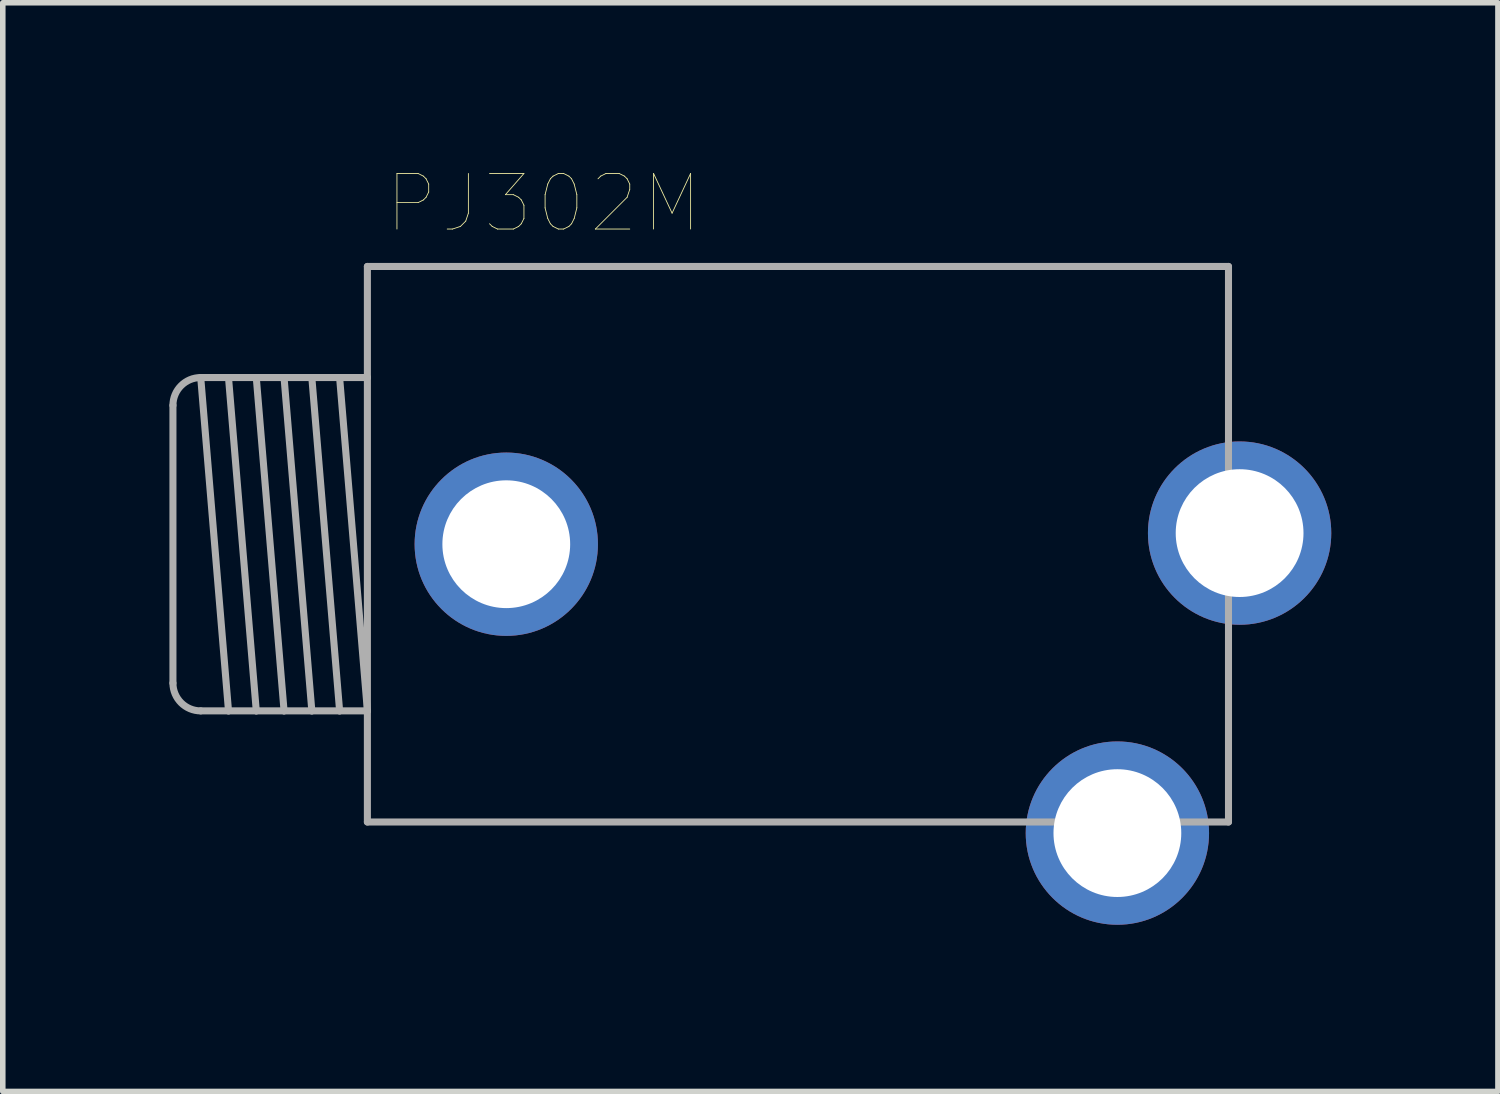
<source format=kicad_pcb>
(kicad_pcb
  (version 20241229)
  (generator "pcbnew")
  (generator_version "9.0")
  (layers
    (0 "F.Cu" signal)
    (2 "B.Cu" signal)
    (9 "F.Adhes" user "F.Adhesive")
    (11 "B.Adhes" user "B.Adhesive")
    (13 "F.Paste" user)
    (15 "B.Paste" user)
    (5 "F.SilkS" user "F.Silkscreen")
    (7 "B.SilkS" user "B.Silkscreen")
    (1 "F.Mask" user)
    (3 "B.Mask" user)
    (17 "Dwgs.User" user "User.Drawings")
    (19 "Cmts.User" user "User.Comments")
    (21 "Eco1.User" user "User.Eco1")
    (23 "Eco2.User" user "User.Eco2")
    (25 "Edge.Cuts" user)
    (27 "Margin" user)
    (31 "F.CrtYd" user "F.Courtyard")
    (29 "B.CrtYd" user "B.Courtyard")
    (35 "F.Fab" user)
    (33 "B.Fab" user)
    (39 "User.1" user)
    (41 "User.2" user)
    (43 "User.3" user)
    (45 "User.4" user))
  (footprint "PJ302M"
    (layer "F.Cu")
    (at 3.563 6.746)
    (property "Reference" "PJ302M" (at 3.175 -6.135 0) (layer "F.SilkS") (effects (font (size 1 1) (thickness 0.015))))
    (attr through_hole)
    (fp_line (start -3.5 -2.5) (end -3.5 2.5) (stroke (width 0.127) (type solid)) (layer "F.Fab"))
    (fp_line (start -2.5 -3) (end -3 -3) (stroke (width 0.127) (type solid)) (layer "F.Fab"))
    (fp_line (start -2.5 3) (end -3 -3) (stroke (width 0.127) (type solid)) (layer "F.Fab"))
    (fp_line (start -2.5 3) (end -3 3) (stroke (width 0.127) (type solid)) (layer "F.Fab"))
    (fp_line (start -2 -3) (end -2.5 -3) (stroke (width 0.127) (type solid)) (layer "F.Fab"))
    (fp_line (start -2 3) (end -2.5 -3) (stroke (width 0.127) (type solid)) (layer "F.Fab"))
    (fp_line (start -2 3) (end -2.5 3) (stroke (width 0.127) (type solid)) (layer "F.Fab"))
    (fp_line (start -2 3) (end -1.5 3) (stroke (width 0.127) (type solid)) (layer "F.Fab"))
    (fp_line (start -1.5 -3) (end -2 -3) (stroke (width 0.127) (type solid)) (layer "F.Fab"))
    (fp_line (start -1.5 3) (end -2 -3) (stroke (width 0.127) (type solid)) (layer "F.Fab"))
    (fp_line (start -1.5 3) (end -1 3) (stroke (width 0.127) (type solid)) (layer "F.Fab"))
    (fp_line (start -1 -3) (end -1.5 -3) (stroke (width 0.127) (type solid)) (layer "F.Fab"))
    (fp_line (start -1 3) (end -1.5 -3) (stroke (width 0.127) (type solid)) (layer "F.Fab"))
    (fp_line (start -1 3) (end -0.5 3) (stroke (width 0.127) (type solid)) (layer "F.Fab"))
    (fp_line (start -0.5 -3) (end -1 -3) (stroke (width 0.127) (type solid)) (layer "F.Fab"))
    (fp_line (start -0.5 3) (end -1 -3) (stroke (width 0.127) (type solid)) (layer "F.Fab"))
    (fp_line (start -0.5 3) (end 0 3) (stroke (width 0.127) (type solid)) (layer "F.Fab"))
    (fp_line (start 0 -5) (end 15.5 -5) (stroke (width 0.127) (type solid)) (layer "F.Fab"))
    (fp_line (start 0 -3) (end -0.5 -3) (stroke (width 0.127) (type solid)) (layer "F.Fab"))
    (fp_line (start 0 -3) (end 0 -5) (stroke (width 0.127) (type solid)) (layer "F.Fab"))
    (fp_line (start 0 3) (end -0.5 -3) (stroke (width 0.127) (type solid)) (layer "F.Fab"))
    (fp_line (start 0 3) (end 0 -3) (stroke (width 0.127) (type solid)) (layer "F.Fab"))
    (fp_line (start 0 5) (end 0 3) (stroke (width 0.127) (type solid)) (layer "F.Fab"))
    (fp_line (start 15.5 -5) (end 15.5 5) (stroke (width 0.127) (type solid)) (layer "F.Fab"))
    (fp_line (start 15.5 5) (end 0 5) (stroke (width 0.127) (type solid)) (layer "F.Fab"))
    (fp_arc (start -3.5 -2.5) (mid -3.353553 -2.853553) (end -3 -3) (stroke (width 0.127) (type solid)) (layer "F.Fab"))
    (fp_arc (start -3 3) (mid -3.353553 2.853553) (end -3.5 2.5) (stroke (width 0.127) (type solid)) (layer "F.Fab"))
    (pad "S" thru_hole circle (at 2.5 0) (size 3.3 3.3) (drill 2.3) (layers "*.Cu" "*.Mask"))
    (pad "T" thru_hole circle (at 15.7 -0.2) (size 3.3 3.3) (drill 2.3) (layers "*.Cu" "*.Mask"))
    (pad "TN" thru_hole circle (at 13.5 5.2) (size 3.3 3.3) (drill 2.3) (layers "*.Cu" "*.Mask")))
  (gr_rect
    (start -3 -3)
    (end 23.913 16.596)
    (stroke (width 0.1) (type default))
    (fill no)
    (layer "Edge.Cuts")))
</source>
